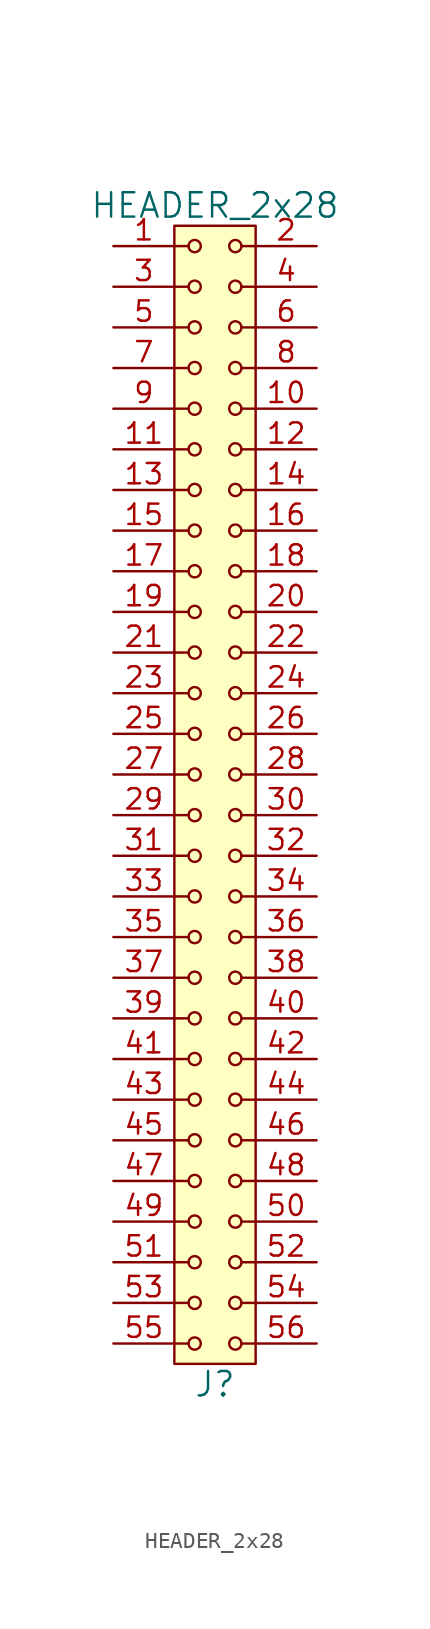
<source format=kicad_sym>
(kicad_symbol_lib
  (version 20211014)
  (generator kicad_symbol_editor)
  (symbol "HEADER_2x28"
    (pin_names
      (offset 1.016))
    (property "Reference" "J"
      (at 0 -36.83 0)
      (effects (font (size 1.524 1.524))))
    (property "Value" "HEADER_2x28"
      (at 0 36.83 0)
      (effects (font (size 1.524 1.524))))
    (property "Footprint" ""
      (at 0 34.29 0)
      (effects (font (size 1.524 1.524))))
    (property "Datasheet" ""
      (at 0 34.29 0)
      (effects (font (size 1.524 1.524))))
    (symbol "HEADER_2x28_0_1"
      (rectangle (start -2.54 35.56) (end 2.54 -35.56) (stroke (width 0) (type default) (color 0 0 0 0)) (fill (type background)))
      (circle (center -1.27 -34.29) (radius 0.381) (stroke (width 0) (type default) (color 0 0 0 0)) (fill (type none)))
      (circle (center -1.27 -31.75) (radius 0.381) (stroke (width 0) (type default) (color 0 0 0 0)) (fill (type none)))
      (circle (center -1.27 -29.21) (radius 0.381) (stroke (width 0) (type default) (color 0 0 0 0)) (fill (type none)))
      (circle (center -1.27 -26.67) (radius 0.381) (stroke (width 0) (type default) (color 0 0 0 0)) (fill (type none)))
      (circle (center -1.27 -24.13) (radius 0.381) (stroke (width 0) (type default) (color 0 0 0 0)) (fill (type none)))
      (circle (center -1.27 -21.59) (radius 0.381) (stroke (width 0) (type default) (color 0 0 0 0)) (fill (type none)))
      (circle (center -1.27 -19.05) (radius 0.381) (stroke (width 0) (type default) (color 0 0 0 0)) (fill (type none)))
      (circle (center -1.27 -16.51) (radius 0.381) (stroke (width 0) (type default) (color 0 0 0 0)) (fill (type none)))
      (circle (center -1.27 -13.97) (radius 0.381) (stroke (width 0) (type default) (color 0 0 0 0)) (fill (type none)))
      (circle (center -1.27 -11.43) (radius 0.381) (stroke (width 0) (type default) (color 0 0 0 0)) (fill (type none)))
      (circle (center -1.27 -8.89) (radius 0.381) (stroke (width 0) (type default) (color 0 0 0 0)) (fill (type none)))
      (circle (center -1.27 -6.35) (radius 0.381) (stroke (width 0) (type default) (color 0 0 0 0)) (fill (type none)))
      (circle (center -1.27 -3.81) (radius 0.381) (stroke (width 0) (type default) (color 0 0 0 0)) (fill (type none)))
      (circle (center -1.27 -1.27) (radius 0.381) (stroke (width 0) (type default) (color 0 0 0 0)) (fill (type none)))
      (circle (center -1.27 1.27) (radius 0.381) (stroke (width 0) (type default) (color 0 0 0 0)) (fill (type none)))
      (circle (center -1.27 3.81) (radius 0.381) (stroke (width 0) (type default) (color 0 0 0 0)) (fill (type none)))
      (circle (center -1.27 6.35) (radius 0.381) (stroke (width 0) (type default) (color 0 0 0 0)) (fill (type none)))
      (circle (center -1.27 8.89) (radius 0.381) (stroke (width 0) (type default) (color 0 0 0 0)) (fill (type none)))
      (circle (center -1.27 11.43) (radius 0.381) (stroke (width 0) (type default) (color 0 0 0 0)) (fill (type none)))
      (circle (center -1.27 13.97) (radius 0.381) (stroke (width 0) (type default) (color 0 0 0 0)) (fill (type none)))
      (circle (center -1.27 16.51) (radius 0.381) (stroke (width 0) (type default) (color 0 0 0 0)) (fill (type none)))
      (circle (center -1.27 19.05) (radius 0.381) (stroke (width 0) (type default) (color 0 0 0 0)) (fill (type none)))
      (circle (center -1.27 21.59) (radius 0.381) (stroke (width 0) (type default) (color 0 0 0 0)) (fill (type none)))
      (circle (center -1.27 24.13) (radius 0.381) (stroke (width 0) (type default) (color 0 0 0 0)) (fill (type none)))
      (circle (center -1.27 26.67) (radius 0.381) (stroke (width 0) (type default) (color 0 0 0 0)) (fill (type none)))
      (circle (center -1.27 29.21) (radius 0.381) (stroke (width 0) (type default) (color 0 0 0 0)) (fill (type none)))
      (circle (center -1.27 31.75) (radius 0.381) (stroke (width 0) (type default) (color 0 0 0 0)) (fill (type none)))
      (circle (center -1.27 34.29) (radius 0.381) (stroke (width 0) (type default) (color 0 0 0 0)) (fill (type none)))
      (polyline (pts (xy -1.651 -34.29) (xy -2.54 -34.29)) (stroke (width 0) (type default) (color 0 0 0 0)) (fill (type none)))
      (polyline (pts (xy -1.651 -31.75) (xy -2.54 -31.75)) (stroke (width 0) (type default) (color 0 0 0 0)) (fill (type none)))
      (polyline (pts (xy -1.651 -29.21) (xy -2.54 -29.21)) (stroke (width 0) (type default) (color 0 0 0 0)) (fill (type none)))
      (polyline (pts (xy -1.651 -26.67) (xy -2.54 -26.67)) (stroke (width 0) (type default) (color 0 0 0 0)) (fill (type none)))
      (polyline (pts (xy -1.651 -24.13) (xy -2.54 -24.13)) (stroke (width 0) (type default) (color 0 0 0 0)) (fill (type none)))
      (polyline (pts (xy -1.651 -21.59) (xy -2.54 -21.59)) (stroke (width 0) (type default) (color 0 0 0 0)) (fill (type none)))
      (polyline (pts (xy -1.651 -19.05) (xy -2.54 -19.05)) (stroke (width 0) (type default) (color 0 0 0 0)) (fill (type none)))
      (polyline (pts (xy -1.651 -16.51) (xy -2.54 -16.51)) (stroke (width 0) (type default) (color 0 0 0 0)) (fill (type none)))
      (polyline (pts (xy -1.651 -13.97) (xy -2.54 -13.97)) (stroke (width 0) (type default) (color 0 0 0 0)) (fill (type none)))
      (polyline (pts (xy -1.651 -11.43) (xy -2.54 -11.43)) (stroke (width 0) (type default) (color 0 0 0 0)) (fill (type none)))
      (polyline (pts (xy -1.651 -8.89) (xy -2.54 -8.89)) (stroke (width 0) (type default) (color 0 0 0 0)) (fill (type none)))
      (polyline (pts (xy -1.651 -6.35) (xy -2.54 -6.35)) (stroke (width 0) (type default) (color 0 0 0 0)) (fill (type none)))
      (polyline (pts (xy -1.651 -3.81) (xy -2.54 -3.81)) (stroke (width 0) (type default) (color 0 0 0 0)) (fill (type none)))
      (polyline (pts (xy -1.651 -1.27) (xy -2.54 -1.27)) (stroke (width 0) (type default) (color 0 0 0 0)) (fill (type none)))
      (polyline (pts (xy -1.651 1.27) (xy -2.54 1.27)) (stroke (width 0) (type default) (color 0 0 0 0)) (fill (type none)))
      (polyline (pts (xy -1.651 3.81) (xy -2.54 3.81)) (stroke (width 0) (type default) (color 0 0 0 0)) (fill (type none)))
      (polyline (pts (xy -1.651 6.35) (xy -2.54 6.35)) (stroke (width 0) (type default) (color 0 0 0 0)) (fill (type none)))
      (polyline (pts (xy -1.651 8.89) (xy -2.54 8.89)) (stroke (width 0) (type default) (color 0 0 0 0)) (fill (type none)))
      (polyline (pts (xy -1.651 11.43) (xy -2.54 11.43)) (stroke (width 0) (type default) (color 0 0 0 0)) (fill (type none)))
      (polyline (pts (xy -1.651 13.97) (xy -2.54 13.97)) (stroke (width 0) (type default) (color 0 0 0 0)) (fill (type none)))
      (polyline (pts (xy -1.651 16.51) (xy -2.54 16.51)) (stroke (width 0) (type default) (color 0 0 0 0)) (fill (type none)))
      (polyline (pts (xy -1.651 19.05) (xy -2.54 19.05)) (stroke (width 0) (type default) (color 0 0 0 0)) (fill (type none)))
      (polyline (pts (xy -1.651 21.59) (xy -2.54 21.59)) (stroke (width 0) (type default) (color 0 0 0 0)) (fill (type none)))
      (polyline (pts (xy -1.651 24.13) (xy -2.54 24.13)) (stroke (width 0) (type default) (color 0 0 0 0)) (fill (type none)))
      (polyline (pts (xy -1.651 26.67) (xy -2.54 26.67)) (stroke (width 0) (type default) (color 0 0 0 0)) (fill (type none)))
      (polyline (pts (xy -1.651 29.21) (xy -2.54 29.21)) (stroke (width 0) (type default) (color 0 0 0 0)) (fill (type none)))
      (polyline (pts (xy -1.651 31.75) (xy -2.54 31.75)) (stroke (width 0) (type default) (color 0 0 0 0)) (fill (type none)))
      (polyline (pts (xy -1.651 34.29) (xy -2.54 34.29)) (stroke (width 0) (type default) (color 0 0 0 0)) (fill (type none)))
      (polyline (pts (xy 1.651 -34.29) (xy 2.54 -34.29)) (stroke (width 0) (type default) (color 0 0 0 0)) (fill (type none)))
      (polyline (pts (xy 1.651 -31.75) (xy 2.54 -31.75)) (stroke (width 0) (type default) (color 0 0 0 0)) (fill (type none)))
      (polyline (pts (xy 1.651 -29.21) (xy 2.54 -29.21)) (stroke (width 0) (type default) (color 0 0 0 0)) (fill (type none)))
      (polyline (pts (xy 1.651 -26.67) (xy 2.54 -26.67)) (stroke (width 0) (type default) (color 0 0 0 0)) (fill (type none)))
      (polyline (pts (xy 1.651 -24.13) (xy 2.54 -24.13)) (stroke (width 0) (type default) (color 0 0 0 0)) (fill (type none)))
      (polyline (pts (xy 1.651 -21.59) (xy 2.54 -21.59)) (stroke (width 0) (type default) (color 0 0 0 0)) (fill (type none)))
      (polyline (pts (xy 1.651 -19.05) (xy 2.54 -19.05)) (stroke (width 0) (type default) (color 0 0 0 0)) (fill (type none)))
      (polyline (pts (xy 1.651 -16.51) (xy 2.54 -16.51)) (stroke (width 0) (type default) (color 0 0 0 0)) (fill (type none)))
      (polyline (pts (xy 1.651 -13.97) (xy 2.54 -13.97)) (stroke (width 0) (type default) (color 0 0 0 0)) (fill (type none)))
      (polyline (pts (xy 1.651 -11.43) (xy 2.54 -11.43)) (stroke (width 0) (type default) (color 0 0 0 0)) (fill (type none)))
      (polyline (pts (xy 1.651 -8.89) (xy 2.54 -8.89)) (stroke (width 0) (type default) (color 0 0 0 0)) (fill (type none)))
      (polyline (pts (xy 1.651 -6.35) (xy 2.54 -6.35)) (stroke (width 0) (type default) (color 0 0 0 0)) (fill (type none)))
      (polyline (pts (xy 1.651 -3.81) (xy 2.54 -3.81)) (stroke (width 0) (type default) (color 0 0 0 0)) (fill (type none)))
      (polyline (pts (xy 1.651 -1.27) (xy 2.54 -1.27)) (stroke (width 0) (type default) (color 0 0 0 0)) (fill (type none)))
      (polyline (pts (xy 1.651 1.27) (xy 2.54 1.27)) (stroke (width 0) (type default) (color 0 0 0 0)) (fill (type none)))
      (polyline (pts (xy 1.651 3.81) (xy 2.54 3.81)) (stroke (width 0) (type default) (color 0 0 0 0)) (fill (type none)))
      (polyline (pts (xy 1.651 6.35) (xy 2.54 6.35)) (stroke (width 0) (type default) (color 0 0 0 0)) (fill (type none)))
      (polyline (pts (xy 1.651 8.89) (xy 2.54 8.89)) (stroke (width 0) (type default) (color 0 0 0 0)) (fill (type none)))
      (polyline (pts (xy 1.651 11.43) (xy 2.54 11.43)) (stroke (width 0) (type default) (color 0 0 0 0)) (fill (type none)))
      (polyline (pts (xy 1.651 13.97) (xy 2.54 13.97)) (stroke (width 0) (type default) (color 0 0 0 0)) (fill (type none)))
      (polyline (pts (xy 1.651 16.51) (xy 2.54 16.51)) (stroke (width 0) (type default) (color 0 0 0 0)) (fill (type none)))
      (polyline (pts (xy 1.651 19.05) (xy 2.54 19.05)) (stroke (width 0) (type default) (color 0 0 0 0)) (fill (type none)))
      (polyline (pts (xy 1.651 21.59) (xy 2.54 21.59)) (stroke (width 0) (type default) (color 0 0 0 0)) (fill (type none)))
      (polyline (pts (xy 1.651 24.13) (xy 2.54 24.13)) (stroke (width 0) (type default) (color 0 0 0 0)) (fill (type none)))
      (polyline (pts (xy 1.651 26.67) (xy 2.54 26.67)) (stroke (width 0) (type default) (color 0 0 0 0)) (fill (type none)))
      (polyline (pts (xy 1.651 29.21) (xy 2.54 29.21)) (stroke (width 0) (type default) (color 0 0 0 0)) (fill (type none)))
      (polyline (pts (xy 1.651 31.75) (xy 2.54 31.75)) (stroke (width 0) (type default) (color 0 0 0 0)) (fill (type none)))
      (polyline (pts (xy 1.651 34.29) (xy 2.54 34.29)) (stroke (width 0) (type default) (color 0 0 0 0)) (fill (type none)))
      (circle (center 1.27 -34.29) (radius 0.381) (stroke (width 0) (type default) (color 0 0 0 0)) (fill (type none)))
      (circle (center 1.27 -31.75) (radius 0.381) (stroke (width 0) (type default) (color 0 0 0 0)) (fill (type none)))
      (circle (center 1.27 -29.21) (radius 0.381) (stroke (width 0) (type default) (color 0 0 0 0)) (fill (type none)))
      (circle (center 1.27 -26.67) (radius 0.381) (stroke (width 0) (type default) (color 0 0 0 0)) (fill (type none)))
      (circle (center 1.27 -24.13) (radius 0.381) (stroke (width 0) (type default) (color 0 0 0 0)) (fill (type none)))
      (circle (center 1.27 -21.59) (radius 0.381) (stroke (width 0) (type default) (color 0 0 0 0)) (fill (type none)))
      (circle (center 1.27 -19.05) (radius 0.381) (stroke (width 0) (type default) (color 0 0 0 0)) (fill (type none)))
      (circle (center 1.27 -16.51) (radius 0.381) (stroke (width 0) (type default) (color 0 0 0 0)) (fill (type none)))
      (circle (center 1.27 -13.97) (radius 0.381) (stroke (width 0) (type default) (color 0 0 0 0)) (fill (type none)))
      (circle (center 1.27 -11.43) (radius 0.381) (stroke (width 0) (type default) (color 0 0 0 0)) (fill (type none)))
      (circle (center 1.27 -8.89) (radius 0.381) (stroke (width 0) (type default) (color 0 0 0 0)) (fill (type none)))
      (circle (center 1.27 -6.35) (radius 0.381) (stroke (width 0) (type default) (color 0 0 0 0)) (fill (type none)))
      (circle (center 1.27 -3.81) (radius 0.381) (stroke (width 0) (type default) (color 0 0 0 0)) (fill (type none)))
      (circle (center 1.27 -1.27) (radius 0.381) (stroke (width 0) (type default) (color 0 0 0 0)) (fill (type none)))
      (circle (center 1.27 1.27) (radius 0.381) (stroke (width 0) (type default) (color 0 0 0 0)) (fill (type none)))
      (circle (center 1.27 3.81) (radius 0.381) (stroke (width 0) (type default) (color 0 0 0 0)) (fill (type none)))
      (circle (center 1.27 6.35) (radius 0.381) (stroke (width 0) (type default) (color 0 0 0 0)) (fill (type none)))
      (circle (center 1.27 8.89) (radius 0.381) (stroke (width 0) (type default) (color 0 0 0 0)) (fill (type none)))
      (circle (center 1.27 11.43) (radius 0.381) (stroke (width 0) (type default) (color 0 0 0 0)) (fill (type none)))
      (circle (center 1.27 13.97) (radius 0.381) (stroke (width 0) (type default) (color 0 0 0 0)) (fill (type none)))
      (circle (center 1.27 16.51) (radius 0.381) (stroke (width 0) (type default) (color 0 0 0 0)) (fill (type none)))
      (circle (center 1.27 19.05) (radius 0.381) (stroke (width 0) (type default) (color 0 0 0 0)) (fill (type none)))
      (circle (center 1.27 21.59) (radius 0.381) (stroke (width 0) (type default) (color 0 0 0 0)) (fill (type none)))
      (circle (center 1.27 24.13) (radius 0.381) (stroke (width 0) (type default) (color 0 0 0 0)) (fill (type none)))
      (circle (center 1.27 26.67) (radius 0.381) (stroke (width 0) (type default) (color 0 0 0 0)) (fill (type none)))
      (circle (center 1.27 29.21) (radius 0.381) (stroke (width 0) (type default) (color 0 0 0 0)) (fill (type none)))
      (circle (center 1.27 31.75) (radius 0.381) (stroke (width 0) (type default) (color 0 0 0 0)) (fill (type none)))
      (circle (center 1.27 34.29) (radius 0.381) (stroke (width 0) (type default) (color 0 0 0 0)) (fill (type none))))
    (symbol "HEADER_2x28_1_1"
      (pin input line (at -6.35 34.29 0) (length 3.81) (name "~" (effects (font (size 1.27 1.27)))) (number "1" (effects (font (size 1.27 1.27)))))
      (pin input line (at 6.35 24.13 180) (length 3.81) (name "~" (effects (font (size 1.27 1.27)))) (number "10" (effects (font (size 1.27 1.27)))))
      (pin input line (at -6.35 21.59 0) (length 3.81) (name "~" (effects (font (size 1.27 1.27)))) (number "11" (effects (font (size 1.27 1.27)))))
      (pin input line (at 6.35 21.59 180) (length 3.81) (name "~" (effects (font (size 1.27 1.27)))) (number "12" (effects (font (size 1.27 1.27)))))
      (pin input line (at -6.35 19.05 0) (length 3.81) (name "~" (effects (font (size 1.27 1.27)))) (number "13" (effects (font (size 1.27 1.27)))))
      (pin input line (at 6.35 19.05 180) (length 3.81) (name "~" (effects (font (size 1.27 1.27)))) (number "14" (effects (font (size 1.27 1.27)))))
      (pin input line (at -6.35 16.51 0) (length 3.81) (name "~" (effects (font (size 1.27 1.27)))) (number "15" (effects (font (size 1.27 1.27)))))
      (pin input line (at 6.35 16.51 180) (length 3.81) (name "~" (effects (font (size 1.27 1.27)))) (number "16" (effects (font (size 1.27 1.27)))))
      (pin input line (at -6.35 13.97 0) (length 3.81) (name "~" (effects (font (size 1.27 1.27)))) (number "17" (effects (font (size 1.27 1.27)))))
      (pin input line (at 6.35 13.97 180) (length 3.81) (name "~" (effects (font (size 1.27 1.27)))) (number "18" (effects (font (size 1.27 1.27)))))
      (pin input line (at -6.35 11.43 0) (length 3.81) (name "~" (effects (font (size 1.27 1.27)))) (number "19" (effects (font (size 1.27 1.27)))))
      (pin input line (at 6.35 34.29 180) (length 3.81) (name "~" (effects (font (size 1.27 1.27)))) (number "2" (effects (font (size 1.27 1.27)))))
      (pin input line (at 6.35 11.43 180) (length 3.81) (name "~" (effects (font (size 1.27 1.27)))) (number "20" (effects (font (size 1.27 1.27)))))
      (pin input line (at -6.35 8.89 0) (length 3.81) (name "~" (effects (font (size 1.27 1.27)))) (number "21" (effects (font (size 1.27 1.27)))))
      (pin input line (at 6.35 8.89 180) (length 3.81) (name "~" (effects (font (size 1.27 1.27)))) (number "22" (effects (font (size 1.27 1.27)))))
      (pin input line (at -6.35 6.35 0) (length 3.81) (name "~" (effects (font (size 1.27 1.27)))) (number "23" (effects (font (size 1.27 1.27)))))
      (pin input line (at 6.35 6.35 180) (length 3.81) (name "~" (effects (font (size 1.27 1.27)))) (number "24" (effects (font (size 1.27 1.27)))))
      (pin input line (at -6.35 3.81 0) (length 3.81) (name "~" (effects (font (size 1.27 1.27)))) (number "25" (effects (font (size 1.27 1.27)))))
      (pin input line (at 6.35 3.81 180) (length 3.81) (name "~" (effects (font (size 1.27 1.27)))) (number "26" (effects (font (size 1.27 1.27)))))
      (pin input line (at -6.35 1.27 0) (length 3.81) (name "~" (effects (font (size 1.27 1.27)))) (number "27" (effects (font (size 1.27 1.27)))))
      (pin input line (at 6.35 1.27 180) (length 3.81) (name "~" (effects (font (size 1.27 1.27)))) (number "28" (effects (font (size 1.27 1.27)))))
      (pin input line (at -6.35 -1.27 0) (length 3.81) (name "~" (effects (font (size 1.27 1.27)))) (number "29" (effects (font (size 1.27 1.27)))))
      (pin input line (at -6.35 31.75 0) (length 3.81) (name "~" (effects (font (size 1.27 1.27)))) (number "3" (effects (font (size 1.27 1.27)))))
      (pin input line (at 6.35 -1.27 180) (length 3.81) (name "~" (effects (font (size 1.27 1.27)))) (number "30" (effects (font (size 1.27 1.27)))))
      (pin input line (at -6.35 -3.81 0) (length 3.81) (name "~" (effects (font (size 1.27 1.27)))) (number "31" (effects (font (size 1.27 1.27)))))
      (pin input line (at 6.35 -3.81 180) (length 3.81) (name "~" (effects (font (size 1.27 1.27)))) (number "32" (effects (font (size 1.27 1.27)))))
      (pin input line (at -6.35 -6.35 0) (length 3.81) (name "~" (effects (font (size 1.27 1.27)))) (number "33" (effects (font (size 1.27 1.27)))))
      (pin input line (at 6.35 -6.35 180) (length 3.81) (name "~" (effects (font (size 1.27 1.27)))) (number "34" (effects (font (size 1.27 1.27)))))
      (pin input line (at -6.35 -8.89 0) (length 3.81) (name "~" (effects (font (size 1.27 1.27)))) (number "35" (effects (font (size 1.27 1.27)))))
      (pin input line (at 6.35 -8.89 180) (length 3.81) (name "~" (effects (font (size 1.27 1.27)))) (number "36" (effects (font (size 1.27 1.27)))))
      (pin input line (at -6.35 -11.43 0) (length 3.81) (name "~" (effects (font (size 1.27 1.27)))) (number "37" (effects (font (size 1.27 1.27)))))
      (pin input line (at 6.35 -11.43 180) (length 3.81) (name "~" (effects (font (size 1.27 1.27)))) (number "38" (effects (font (size 1.27 1.27)))))
      (pin input line (at -6.35 -13.97 0) (length 3.81) (name "~" (effects (font (size 1.27 1.27)))) (number "39" (effects (font (size 1.27 1.27)))))
      (pin input line (at 6.35 31.75 180) (length 3.81) (name "~" (effects (font (size 1.27 1.27)))) (number "4" (effects (font (size 1.27 1.27)))))
      (pin input line (at 6.35 -13.97 180) (length 3.81) (name "~" (effects (font (size 1.27 1.27)))) (number "40" (effects (font (size 1.27 1.27)))))
      (pin input line (at -6.35 -16.51 0) (length 3.81) (name "~" (effects (font (size 1.27 1.27)))) (number "41" (effects (font (size 1.27 1.27)))))
      (pin input line (at 6.35 -16.51 180) (length 3.81) (name "~" (effects (font (size 1.27 1.27)))) (number "42" (effects (font (size 1.27 1.27)))))
      (pin input line (at -6.35 -19.05 0) (length 3.81) (name "~" (effects (font (size 1.27 1.27)))) (number "43" (effects (font (size 1.27 1.27)))))
      (pin input line (at 6.35 -19.05 180) (length 3.81) (name "~" (effects (font (size 1.27 1.27)))) (number "44" (effects (font (size 1.27 1.27)))))
      (pin input line (at -6.35 -21.59 0) (length 3.81) (name "~" (effects (font (size 1.27 1.27)))) (number "45" (effects (font (size 1.27 1.27)))))
      (pin input line (at 6.35 -21.59 180) (length 3.81) (name "~" (effects (font (size 1.27 1.27)))) (number "46" (effects (font (size 1.27 1.27)))))
      (pin input line (at -6.35 -24.13 0) (length 3.81) (name "~" (effects (font (size 1.27 1.27)))) (number "47" (effects (font (size 1.27 1.27)))))
      (pin input line (at 6.35 -24.13 180) (length 3.81) (name "~" (effects (font (size 1.27 1.27)))) (number "48" (effects (font (size 1.27 1.27)))))
      (pin input line (at -6.35 -26.67 0) (length 3.81) (name "~" (effects (font (size 1.27 1.27)))) (number "49" (effects (font (size 1.27 1.27)))))
      (pin input line (at -6.35 29.21 0) (length 3.81) (name "~" (effects (font (size 1.27 1.27)))) (number "5" (effects (font (size 1.27 1.27)))))
      (pin input line (at 6.35 -26.67 180) (length 3.81) (name "~" (effects (font (size 1.27 1.27)))) (number "50" (effects (font (size 1.27 1.27)))))
      (pin input line (at -6.35 -29.21 0) (length 3.81) (name "~" (effects (font (size 1.27 1.27)))) (number "51" (effects (font (size 1.27 1.27)))))
      (pin input line (at 6.35 -29.21 180) (length 3.81) (name "~" (effects (font (size 1.27 1.27)))) (number "52" (effects (font (size 1.27 1.27)))))
      (pin input line (at -6.35 -31.75 0) (length 3.81) (name "~" (effects (font (size 1.27 1.27)))) (number "53" (effects (font (size 1.27 1.27)))))
      (pin input line (at 6.35 -31.75 180) (length 3.81) (name "~" (effects (font (size 1.27 1.27)))) (number "54" (effects (font (size 1.27 1.27)))))
      (pin input line (at -6.35 -34.29 0) (length 3.81) (name "~" (effects (font (size 1.27 1.27)))) (number "55" (effects (font (size 1.27 1.27)))))
      (pin input line (at 6.35 -34.29 180) (length 3.81) (name "~" (effects (font (size 1.27 1.27)))) (number "56" (effects (font (size 1.27 1.27)))))
      (pin input line (at 6.35 29.21 180) (length 3.81) (name "~" (effects (font (size 1.27 1.27)))) (number "6" (effects (font (size 1.27 1.27)))))
      (pin input line (at -6.35 26.67 0) (length 3.81) (name "~" (effects (font (size 1.27 1.27)))) (number "7" (effects (font (size 1.27 1.27)))))
      (pin input line (at 6.35 26.67 180) (length 3.81) (name "~" (effects (font (size 1.27 1.27)))) (number "8" (effects (font (size 1.27 1.27)))))
      (pin input line (at -6.35 24.13 0) (length 3.81) (name "~" (effects (font (size 1.27 1.27)))) (number "9" (effects (font (size 1.27 1.27))))))))
</source>
